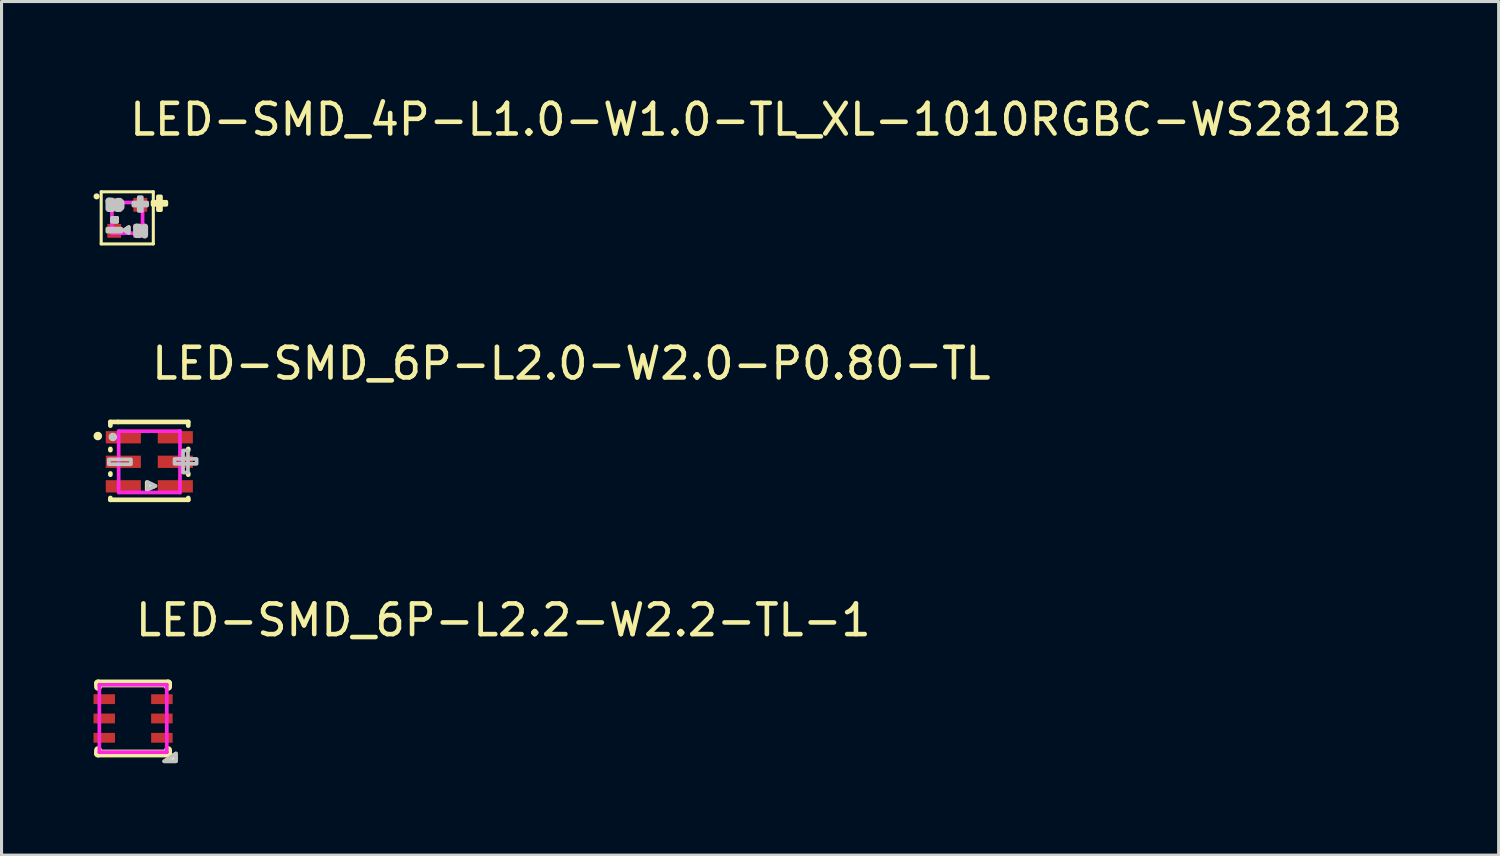
<source format=kicad_pcb>
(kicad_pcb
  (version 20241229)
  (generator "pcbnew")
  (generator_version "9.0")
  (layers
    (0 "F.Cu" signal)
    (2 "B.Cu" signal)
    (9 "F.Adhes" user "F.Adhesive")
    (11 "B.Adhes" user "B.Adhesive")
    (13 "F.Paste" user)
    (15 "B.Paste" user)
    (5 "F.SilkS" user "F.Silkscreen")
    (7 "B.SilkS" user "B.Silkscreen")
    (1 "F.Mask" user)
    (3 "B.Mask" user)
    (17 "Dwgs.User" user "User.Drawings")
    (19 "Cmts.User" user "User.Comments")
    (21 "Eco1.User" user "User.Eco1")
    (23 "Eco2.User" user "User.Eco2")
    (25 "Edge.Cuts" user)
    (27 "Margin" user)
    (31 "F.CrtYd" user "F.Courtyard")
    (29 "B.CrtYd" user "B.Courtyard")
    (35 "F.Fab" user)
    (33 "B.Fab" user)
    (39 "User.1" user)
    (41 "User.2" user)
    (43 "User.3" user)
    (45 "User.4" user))
  (footprint "LED-SMD_6P-L2.0-W2.0-P0.80-TL"
    (layer "F.Cu")
    (at 1.82 12.011)
    (property "Reference" "LED-SMD_6P-L2.0-W2.0-P0.80-TL" (at 0 -3.207 0) (layer "F.SilkS") (effects (font (size 1 1) (thickness 0.15)) (justify left)))
    (attr smd)
    (fp_line (start -1.27 -1.3) (end -1.016 -1.3) (stroke (width 0.152) (type solid)) (layer "F.SilkS"))
    (fp_line (start -1.27 -1.18) (end -1.27 -1.3) (stroke (width 0.152) (type solid)) (layer "F.SilkS"))
    (fp_line (start -1.27 -0.38) (end -1.27 -0.42) (stroke (width 0.152) (type solid)) (layer "F.SilkS"))
    (fp_line (start -1.27 0.42) (end -1.27 0.38) (stroke (width 0.152) (type solid)) (layer "F.SilkS"))
    (fp_line (start -1.27 1.24) (end -1.27 1.18) (stroke (width 0.152) (type solid)) (layer "F.SilkS"))
    (fp_line (start -1.016 -1.3) (end 1.27 -1.3) (stroke (width 0.152) (type solid)) (layer "F.SilkS"))
    (fp_line (start 1.27 -1.3) (end 1.27 -1.18) (stroke (width 0.152) (type solid)) (layer "F.SilkS"))
    (fp_line (start 1.27 -0.42) (end 1.27 -0.38) (stroke (width 0.152) (type solid)) (layer "F.SilkS"))
    (fp_line (start 1.27 0.38) (end 1.27 0.42) (stroke (width 0.152) (type solid)) (layer "F.SilkS"))
    (fp_line (start 1.27 1.18) (end 1.27 1.24) (stroke (width 0.152) (type solid)) (layer "F.SilkS"))
    (fp_line (start 1.27 1.24) (end -1.27 1.24) (stroke (width 0.152) (type solid)) (layer "F.SilkS"))
    (fp_circle (center -1.68 -0.84) (end -1.61 -0.84) (stroke (width 0.14) (type solid)) (fill no) (layer "F.SilkS"))
    (fp_poly (pts (xy -0.085 0.915) (xy -0.085 0.665) (xy 0.185 0.795)) (stroke (width 0.12) (type solid)) (fill yes) (layer "F.SilkS"))
    (fp_circle (center -1.19 -0.81) (end -1.12 -0.81) (stroke (width 0.14) (type solid)) (fill no) (layer "Dwgs.User"))
    (fp_poly (pts (xy -0.065 0.905) (xy -0.065 0.655) (xy 0.205 0.785)) (stroke (width 0.12) (type solid)) (fill no) (layer "Dwgs.User"))
    (fp_poly (pts (xy -1.32 -0.08) (xy -0.6 -0.08) (xy -0.6 0.08) (xy -1.32 0.08)) (stroke (width 0.12) (type solid)) (fill no) (layer "Dwgs.User"))
    (fp_poly (pts (xy 0.822 -0.094) (xy 1.542 -0.094) (xy 1.542 0.066) (xy 0.822 0.066)) (stroke (width 0.12) (type solid)) (fill no) (layer "Dwgs.User"))
    (fp_poly (pts (xy 1.1 0.35) (xy 1.1 -0.37) (xy 1.26 -0.37) (xy 1.26 0.35)) (stroke (width 0.12) (type solid)) (fill no) (layer "Dwgs.User"))
    (fp_circle (center -1 -1) (end -0.97 -1) (stroke (width 0.06) (type solid)) (fill no) (layer "Eco2.User"))
    (fp_poly (pts (xy -1 -0.6) (xy -0.3 -0.6) (xy -0.3 -1) (xy -1 -1)) (stroke (width 0.12) (type solid)) (fill no) (layer "Eco2.User"))
    (fp_poly (pts (xy -1 0.2) (xy -0.3 0.2) (xy -0.3 -0.2) (xy -1 -0.2)) (stroke (width 0.12) (type solid)) (fill no) (layer "Eco2.User"))
    (fp_poly (pts (xy -1 1) (xy -0.3 1) (xy -0.3 0.6) (xy -1 0.6)) (stroke (width 0.12) (type solid)) (fill no) (layer "Eco2.User"))
    (fp_poly (pts (xy 1 -0.6) (xy 0.3 -0.6) (xy 0.3 -1) (xy 1 -1)) (stroke (width 0.12) (type solid)) (fill no) (layer "Eco2.User"))
    (fp_poly (pts (xy 1 0.2) (xy 0.3 0.2) (xy 0.3 -0.2) (xy 1 -0.2)) (stroke (width 0.12) (type solid)) (fill no) (layer "Eco2.User"))
    (fp_poly (pts (xy 1 1) (xy 0.3 1) (xy 0.3 0.6) (xy 1 0.6)) (stroke (width 0.12) (type solid)) (fill no) (layer "Eco2.User"))
    (fp_line (start -1 -1) (end -1 1) (stroke (width 0.12) (type solid)) (layer "F.CrtYd"))
    (fp_line (start -1 1) (end 1 1) (stroke (width 0.12) (type solid)) (layer "F.CrtYd"))
    (fp_line (start 1 -1) (end -1 -1) (stroke (width 0.12) (type solid)) (layer "F.CrtYd"))
    (fp_line (start 1 -1) (end 1 -1) (stroke (width 0.12) (type solid)) (layer "F.CrtYd"))
    (fp_line (start 1 1) (end 1 -1) (stroke (width 0.12) (type solid)) (layer "F.CrtYd"))
    (fp_line (start 1 1) (end 1 1) (stroke (width 0.12) (type solid)) (layer "F.CrtYd"))
    (pad "1" smd rect (at -0.848 -0.8) (size 1.145 0.4) (layers "F.Cu" "F.Mask" "F.Paste"))
    (pad "2" smd rect (at -0.848 0) (size 1.145 0.4) (layers "F.Cu" "F.Mask" "F.Paste"))
    (pad "3" smd rect (at -0.848 0.8) (size 1.145 0.4) (layers "F.Cu" "F.Mask" "F.Paste"))
    (pad "4" smd rect (at 0.848 0.8) (size 1.145 0.4) (layers "F.Cu" "F.Mask" "F.Paste"))
    (pad "5" smd rect (at 0.848 0) (size 1.145 0.4) (layers "F.Cu" "F.Mask" "F.Paste"))
    (pad "6" smd rect (at 0.848 -0.8) (size 1.145 0.4) (layers "F.Cu" "F.Mask" "F.Paste")))
  (footprint "LED-SMD_4P-L1.0-W1.0-TL_XL-1010RGBC-WS2812B"
    (layer "F.Cu")
    (at 1.1 4.055)
    (property "Reference" "LED-SMD_4P-L1.0-W1.0-TL_XL-1010RGBC-WS2812B" (at 0 -3.207 0) (layer "F.SilkS") (effects (font (size 1 1) (thickness 0.15)) (justify left)))
    (attr smd)
    (fp_line (start -0.85 -0.85) (end -0.85 0.85) (stroke (width 0.1) (type solid)) (layer "F.SilkS"))
    (fp_line (start -0.85 0.85) (end 0.85 0.85) (stroke (width 0.1) (type solid)) (layer "F.SilkS"))
    (fp_line (start 0.85 -0.85) (end -0.85 -0.85) (stroke (width 0.1) (type solid)) (layer "F.SilkS"))
    (fp_line (start 0.85 0.85) (end 0.85 -0.85) (stroke (width 0.1) (type solid)) (layer "F.SilkS"))
    (fp_circle (center -1 -0.7) (end -0.95 -0.7) (stroke (width 0.1) (type solid)) (fill no) (layer "F.SilkS"))
    (fp_poly (pts (xy 0.05 0.5) (xy -0.1 0.4) (xy 0.05 0.3)) (stroke (width 0.12) (type solid)) (fill yes) (layer "F.SilkS"))
    (fp_poly (pts (xy 0.825 -0.525) (xy 0.825 -0.425) (xy 1.275 -0.425) (xy 1.275 -0.525)) (stroke (width 0.12) (type solid)) (fill yes) (layer "F.SilkS"))
    (fp_poly (pts (xy 1 -0.25) (xy 1.1 -0.25) (xy 1.1 -0.7) (xy 1 -0.7)) (stroke (width 0.12) (type solid)) (fill yes) (layer "F.SilkS"))
    (fp_poly (pts (xy -0.5 0) (xy -0.5 0.13) (xy -0.34 0.13) (xy -0.33 0.13) (xy -0.33 0)) (stroke (width 0.12) (type solid)) (fill yes) (layer "F.SilkS"))
    (fp_poly (pts (xy -0.649 0.35) (xy -0.649 0.45) (xy -0.199 0.45) (xy -0.199 0.35)) (stroke (width 0.12) (type solid)) (fill no) (layer "Dwgs.User"))
    (fp_poly (pts (xy -0.5 0) (xy -0.5 0.13) (xy -0.33 0.13) (xy -0.33 0)) (stroke (width 0.12) (type solid)) (fill no) (layer "Dwgs.User"))
    (fp_poly (pts (xy 0.05 0.5) (xy -0.1 0.4) (xy 0.05 0.3) (xy 0.05 0.5)) (stroke (width 0.12) (type solid)) (fill no) (layer "Dwgs.User"))
    (fp_poly (pts (xy 0.2 -0.5) (xy 0.2 -0.4) (xy 0.65 -0.4) (xy 0.65 -0.5)) (stroke (width 0.12) (type solid)) (fill no) (layer "Dwgs.User"))
    (fp_poly (pts (xy 0.375 -0.225) (xy 0.475 -0.225) (xy 0.475 -0.675) (xy 0.375 -0.675)) (stroke (width 0.12) (type solid)) (fill no) (layer "Dwgs.User"))
    (fp_poly (pts (xy 0.62 0.295) (xy 0.62 0.565) (xy 0.619 0.575) (xy 0.616 0.584) (xy 0.611 0.593) (xy 0.605 0.6) (xy 0.597 0.606) (xy 0.588 0.61) (xy 0.579 0.613) (xy 0.569 0.614) (xy 0.559 0.613) (xy 0.55 0.61) (xy 0.541 0.605) (xy 0.534 0.598) (xy 0.528 0.591) (xy 0.523 0.582) (xy 0.521 0.573) (xy 0.52 0.565) (xy 0.52 0.295) (xy 0.521 0.285) (xy 0.524 0.276) (xy 0.529 0.267) (xy 0.535 0.26) (xy 0.543 0.254) (xy 0.552 0.249) (xy 0.561 0.247) (xy 0.571 0.246) (xy 0.581 0.247) (xy 0.59 0.25) (xy 0.599 0.255) (xy 0.606 0.262) (xy 0.612 0.269) (xy 0.617 0.278) (xy 0.619 0.287) (xy 0.62 0.295)) (stroke (width 0.12) (type solid)) (fill no) (layer "Dwgs.User"))
    (fp_poly (pts (xy -0.32 -0.25) (xy -0.33 -0.251) (xy -0.339 -0.254) (xy -0.348 -0.258) (xy -0.355 -0.265) (xy -0.395 -0.305) (xy -0.402 -0.312) (xy -0.406 -0.321) (xy -0.409 -0.33) (xy -0.41 -0.34) (xy -0.41 -0.49) (xy -0.409 -0.5) (xy -0.406 -0.509) (xy -0.402 -0.518) (xy -0.395 -0.525) (xy -0.345 -0.575) (xy -0.338 -0.582) (xy -0.329 -0.586) (xy -0.32 -0.589) (xy -0.31 -0.59) (xy -0.28 -0.59) (xy -0.27 -0.589) (xy -0.261 -0.586) (xy -0.252 -0.582) (xy -0.245 -0.575) (xy -0.238 -0.568) (xy -0.234 -0.559) (xy -0.231 -0.55) (xy -0.23 -0.54) (xy -0.289 -0.49) (xy -0.31 -0.469) (xy -0.31 -0.361) (xy -0.299 -0.35) (xy -0.27 -0.35) (xy -0.26 -0.349) (xy -0.251 -0.346) (xy -0.242 -0.342) (xy -0.235 -0.335) (xy -0.228 -0.328) (xy -0.224 -0.319) (xy -0.221 -0.31) (xy -0.22 -0.3) (xy -0.32 -0.25)) (stroke (width 0.12) (type solid)) (fill no) (layer "Dwgs.User"))
    (fp_poly (pts (xy -0.6 -0.6) (xy -0.5 -0.6) (xy -0.49 -0.599) (xy -0.481 -0.596) (xy -0.472 -0.592) (xy -0.465 -0.585) (xy -0.415 -0.535) (xy -0.408 -0.528) (xy -0.404 -0.519) (xy -0.401 -0.51) (xy -0.4 -0.5) (xy -0.4 -0.4) (xy -0.401 -0.39) (xy -0.404 -0.381) (xy -0.409 -0.372) (xy -0.415 -0.365) (xy -0.423 -0.359) (xy -0.432 -0.354) (xy -0.441 -0.352) (xy -0.451 -0.351) (xy -0.461 -0.352) (xy -0.47 -0.355) (xy -0.478 -0.36) (xy -0.486 -0.366) (xy -0.492 -0.374) (xy -0.496 -0.382) (xy -0.499 -0.392) (xy -0.5 -0.4) (xy -0.5 -0.479) (xy -0.521 -0.5) (xy -0.6 -0.5) (xy -0.61 -0.501) (xy -0.619 -0.504) (xy -0.628 -0.509) (xy -0.635 -0.515) (xy -0.641 -0.523) (xy -0.646 -0.532) (xy -0.648 -0.541) (xy -0.649 -0.551) (xy -0.648 -0.561) (xy -0.645 -0.57) (xy -0.64 -0.578) (xy -0.634 -0.586) (xy -0.626 -0.592) (xy -0.618 -0.597) (xy -0.608 -0.599) (xy -0.6 -0.6)) (stroke (width 0.12) (type solid)) (fill no) (layer "Dwgs.User"))
    (fp_poly (pts (xy 0.302 0.249) (xy 0.402 0.249) (xy 0.412 0.25) (xy 0.421 0.253) (xy 0.43 0.257) (xy 0.437 0.263) (xy 0.487 0.313) (xy 0.494 0.321) (xy 0.498 0.33) (xy 0.501 0.339) (xy 0.502 0.349) (xy 0.502 0.449) (xy 0.501 0.459) (xy 0.498 0.468) (xy 0.493 0.476) (xy 0.487 0.484) (xy 0.479 0.49) (xy 0.47 0.494) (xy 0.461 0.497) (xy 0.451 0.498) (xy 0.441 0.497) (xy 0.432 0.493) (xy 0.423 0.489) (xy 0.416 0.482) (xy 0.41 0.475) (xy 0.405 0.466) (xy 0.403 0.456) (xy 0.402 0.449) (xy 0.402 0.37) (xy 0.381 0.349) (xy 0.302 0.349) (xy 0.292 0.348) (xy 0.283 0.345) (xy 0.274 0.34) (xy 0.267 0.333) (xy 0.261 0.326) (xy 0.257 0.317) (xy 0.254 0.307) (xy 0.253 0.298) (xy 0.254 0.288) (xy 0.257 0.279) (xy 0.262 0.27) (xy 0.269 0.263) (xy 0.276 0.257) (xy 0.285 0.252) (xy 0.295 0.25) (xy 0.302 0.249)) (stroke (width 0.12) (type solid)) (fill no) (layer "Dwgs.User"))
    (fp_poly (pts (xy -0.55 -0.55) (xy -0.55 -0.35) (xy -0.521 -0.35) (xy -0.5 -0.371) (xy -0.5 -0.4) (xy -0.499 -0.41) (xy -0.496 -0.419) (xy -0.491 -0.428) (xy -0.485 -0.435) (xy -0.477 -0.441) (xy -0.468 -0.446) (xy -0.459 -0.448) (xy -0.449 -0.449) (xy -0.439 -0.448) (xy -0.43 -0.445) (xy -0.422 -0.44) (xy -0.414 -0.434) (xy -0.408 -0.426) (xy -0.403 -0.418) (xy -0.401 -0.408) (xy -0.4 -0.4) (xy -0.4 -0.35) (xy -0.401 -0.34) (xy -0.404 -0.331) (xy -0.408 -0.322) (xy -0.415 -0.315) (xy -0.465 -0.265) (xy -0.472 -0.258) (xy -0.481 -0.254) (xy -0.49 -0.251) (xy -0.5 -0.25) (xy -0.6 -0.25) (xy -0.61 -0.251) (xy -0.619 -0.254) (xy -0.628 -0.258) (xy -0.635 -0.265) (xy -0.642 -0.272) (xy -0.646 -0.281) (xy -0.649 -0.29) (xy -0.65 -0.3) (xy -0.65 -0.55) (xy -0.649 -0.56) (xy -0.646 -0.569) (xy -0.641 -0.578) (xy -0.635 -0.585) (xy -0.627 -0.591) (xy -0.618 -0.596) (xy -0.609 -0.598) (xy -0.599 -0.599) (xy -0.589 -0.598) (xy -0.58 -0.595) (xy -0.572 -0.59) (xy -0.564 -0.584) (xy -0.558 -0.576) (xy -0.553 -0.568) (xy -0.551 -0.558) (xy -0.55 -0.55)) (stroke (width 0.12) (type solid)) (fill no) (layer "Dwgs.User"))
    (fp_poly (pts (xy 0.352 0.299) (xy 0.352 0.499) (xy 0.381 0.499) (xy 0.402 0.478) (xy 0.402 0.449) (xy 0.403 0.439) (xy 0.406 0.43) (xy 0.411 0.421) (xy 0.417 0.414) (xy 0.425 0.408) (xy 0.434 0.403) (xy 0.443 0.401) (xy 0.453 0.4) (xy 0.463 0.401) (xy 0.472 0.404) (xy 0.481 0.409) (xy 0.488 0.415) (xy 0.494 0.423) (xy 0.499 0.432) (xy 0.501 0.441) (xy 0.502 0.449) (xy 0.502 0.499) (xy 0.501 0.509) (xy 0.498 0.518) (xy 0.494 0.527) (xy 0.487 0.534) (xy 0.437 0.584) (xy 0.43 0.59) (xy 0.421 0.595) (xy 0.412 0.598) (xy 0.402 0.599) (xy 0.302 0.599) (xy 0.292 0.598) (xy 0.283 0.595) (xy 0.274 0.59) (xy 0.267 0.584) (xy 0.26 0.577) (xy 0.256 0.568) (xy 0.253 0.559) (xy 0.252 0.549) (xy 0.252 0.299) (xy 0.253 0.289) (xy 0.256 0.28) (xy 0.261 0.271) (xy 0.267 0.264) (xy 0.275 0.258) (xy 0.284 0.253) (xy 0.293 0.251) (xy 0.303 0.25) (xy 0.313 0.251) (xy 0.322 0.254) (xy 0.331 0.259) (xy 0.338 0.265) (xy 0.344 0.273) (xy 0.349 0.282) (xy 0.351 0.291) (xy 0.352 0.299)) (stroke (width 0.12) (type solid)) (fill no) (layer "Dwgs.User"))
    (fp_poly (pts (xy -0.24 -0.59) (xy -0.23 -0.589) (xy -0.221 -0.586) (xy -0.212 -0.581) (xy -0.204 -0.575) (xy -0.164 -0.535) (xy -0.158 -0.528) (xy -0.153 -0.519) (xy -0.151 -0.51) (xy -0.15 -0.5) (xy -0.15 -0.35) (xy -0.151 -0.34) (xy -0.153 -0.331) (xy -0.158 -0.322) (xy -0.164 -0.315) (xy -0.214 -0.265) (xy -0.222 -0.258) (xy -0.231 -0.254) (xy -0.24 -0.251) (xy -0.25 -0.25) (xy -0.28 -0.25) (xy -0.289 -0.251) (xy -0.299 -0.254) (xy -0.307 -0.258) (xy -0.315 -0.265) (xy -0.321 -0.272) (xy -0.326 -0.281) (xy -0.329 -0.29) (xy -0.33 -0.3) (xy -0.329 -0.31) (xy -0.326 -0.319) (xy -0.321 -0.328) (xy -0.315 -0.335) (xy -0.307 -0.341) (xy -0.299 -0.346) (xy -0.289 -0.349) (xy -0.28 -0.35) (xy -0.27 -0.35) (xy -0.25 -0.371) (xy -0.25 -0.479) (xy -0.26 -0.49) (xy -0.29 -0.49) (xy -0.299 -0.491) (xy -0.309 -0.494) (xy -0.317 -0.498) (xy -0.325 -0.505) (xy -0.331 -0.512) (xy -0.336 -0.521) (xy -0.339 -0.53) (xy -0.34 -0.54) (xy -0.339 -0.55) (xy -0.336 -0.559) (xy -0.331 -0.568) (xy -0.325 -0.575) (xy -0.317 -0.581) (xy -0.309 -0.586) (xy -0.299 -0.589) (xy -0.29 -0.59) (xy -0.24 -0.59)) (stroke (width 0.12) (type solid)) (fill no) (layer "Dwgs.User"))
    (fp_circle (center -0.5 -0.5) (end -0.47 -0.5) (stroke (width 0.06) (type solid)) (fill no) (layer "Eco2.User"))
    (fp_poly (pts (xy -0.45 -0.2) (xy -0.45 -0.45) (xy -0.2 -0.45) (xy -0.2 -0.2)) (stroke (width 0.12) (type solid)) (fill no) (layer "Eco2.User"))
    (fp_poly (pts (xy -0.2 0.45) (xy -0.45 0.45) (xy -0.45 0.2) (xy -0.2 0.2)) (stroke (width 0.12) (type solid)) (fill no) (layer "Eco2.User"))
    (fp_poly (pts (xy 0.2 -0.45) (xy 0.45 -0.45) (xy 0.45 -0.2) (xy 0.2 -0.2)) (stroke (width 0.12) (type solid)) (fill no) (layer "Eco2.User"))
    (fp_poly (pts (xy 0.45 0.2) (xy 0.45 0.45) (xy 0.2 0.45) (xy 0.2 0.2)) (stroke (width 0.12) (type solid)) (fill no) (layer "Eco2.User"))
    (fp_line (start -0.5 -0.5) (end 0.5 -0.5) (stroke (width 0.12) (type solid)) (layer "F.CrtYd"))
    (fp_line (start -0.5 0.5) (end -0.5 -0.5) (stroke (width 0.12) (type solid)) (layer "F.CrtYd"))
    (fp_line (start 0.5 -0.5) (end 0.5 0.5) (stroke (width 0.12) (type solid)) (layer "F.CrtYd"))
    (fp_line (start 0.5 0.5) (end -0.5 0.5) (stroke (width 0.12) (type solid)) (layer "F.CrtYd"))
    (pad "1" smd rect (at -0.425 -0.425) (size 0.45 0.45) (layers "F.Cu" "F.Mask" "F.Paste"))
    (pad "2" smd rect (at 0.425 -0.425) (size 0.45 0.45) (layers "F.Cu" "F.Mask" "F.Paste"))
    (pad "3" smd rect (at -0.425 0.425) (size 0.45 0.45) (layers "F.Cu" "F.Mask" "F.Paste"))
    (pad "4" smd rect (at 0.425 0.425) (size 0.45 0.45) (layers "F.Cu" "F.Mask" "F.Paste")))
  (footprint "LED-SMD_6P-L2.2-W2.2-TL-1"
    (layer "F.Cu")
    (at 1.29 20.382)
    (property "Reference" "LED-SMD_6P-L2.2-W2.2-TL-1" (at 0 -3.207 0) (layer "F.SilkS") (effects (font (size 1 1) (thickness 0.15)) (justify left)))
    (attr through_hole)
    (fp_line (start -1.143 -1.143) (end 1.143 -1.143) (stroke (width 0.254) (type solid)) (layer "F.SilkS"))
    (fp_line (start -1.143 -1.031) (end -1.143 -1.143) (stroke (width 0.254) (type solid)) (layer "F.SilkS"))
    (fp_line (start -1.143 1.143) (end -1.143 1.031) (stroke (width 0.254) (type solid)) (layer "F.SilkS"))
    (fp_line (start 1.143 -1.143) (end 1.143 -1.031) (stroke (width 0.254) (type solid)) (layer "F.SilkS"))
    (fp_line (start 1.143 1.031) (end 1.143 1.143) (stroke (width 0.254) (type solid)) (layer "F.SilkS"))
    (fp_line (start 1.143 1.143) (end -1.143 1.143) (stroke (width 0.254) (type solid)) (layer "F.SilkS"))
    (fp_poly (pts (xy 1.397 1.142) (xy 1.397 1.396) (xy 1.016 1.396)) (stroke (width 0.12) (type solid)) (fill yes) (layer "F.SilkS"))
    (fp_poly (pts (xy 1.397 1.143) (xy 1.397 1.397) (xy 1.016 1.397)) (stroke (width 0.12) (type solid)) (fill no) (layer "Dwgs.User"))
    (fp_circle (center -1.1 -1.1) (end -1.07 -1.1) (stroke (width 0.06) (type solid)) (fill no) (layer "Eco2.User"))
    (fp_poly (pts (xy -0.7 -0.47) (xy -1.1 -0.47) (xy -1.1 -0.79) (xy -0.7 -0.79)) (stroke (width 0.12) (type solid)) (fill no) (layer "Eco2.User"))
    (fp_poly (pts (xy -0.7 0.16) (xy -1.1 0.16) (xy -1.1 -0.16) (xy -0.7 -0.16)) (stroke (width 0.12) (type solid)) (fill no) (layer "Eco2.User"))
    (fp_poly (pts (xy -0.7 0.79) (xy -1.1 0.79) (xy -1.1 0.47) (xy -0.7 0.47)) (stroke (width 0.12) (type solid)) (fill no) (layer "Eco2.User"))
    (fp_poly (pts (xy 1.1 -0.47) (xy 0.7 -0.47) (xy 0.7 -0.79) (xy 1.1 -0.79)) (stroke (width 0.12) (type solid)) (fill no) (layer "Eco2.User"))
    (fp_poly (pts (xy 1.1 0.16) (xy 0.7 0.16) (xy 0.7 -0.16) (xy 1.1 -0.16)) (stroke (width 0.12) (type solid)) (fill no) (layer "Eco2.User"))
    (fp_poly (pts (xy 1.1 0.79) (xy 0.7 0.79) (xy 0.7 0.47) (xy 1.1 0.47)) (stroke (width 0.12) (type solid)) (fill no) (layer "Eco2.User"))
    (fp_line (start -1.1 -1.1) (end 1.1 -1.1) (stroke (width 0.12) (type solid)) (layer "F.CrtYd"))
    (fp_line (start -1.1 1.1) (end -1.1 -1.1) (stroke (width 0.12) (type solid)) (layer "F.CrtYd"))
    (fp_line (start 1.1 -1.1) (end 1.1 1.1) (stroke (width 0.12) (type solid)) (layer "F.CrtYd"))
    (fp_line (start 1.1 1.1) (end -1.1 1.1) (stroke (width 0.12) (type solid)) (layer "F.CrtYd"))
    (pad "1" smd rect (at -0.94 -0.63 180) (size 0.7 0.32) (layers "F.Cu" "F.Mask" "F.Paste"))
    (pad "2" smd rect (at -0.94 0 180) (size 0.7 0.32) (layers "F.Cu" "F.Mask" "F.Paste"))
    (pad "3" smd rect (at -0.94 0.63 180) (size 0.7 0.32) (layers "F.Cu" "F.Mask" "F.Paste"))
    (pad "4" smd rect (at 0.94 0.63 180) (size 0.7 0.32) (layers "F.Cu" "F.Mask" "F.Paste"))
    (pad "5" smd rect (at 0.94 0 180) (size 0.7 0.32) (layers "F.Cu" "F.Mask" "F.Paste"))
    (pad "6" smd rect (at 0.94 -0.63 180) (size 0.7 0.32) (layers "F.Cu" "F.Mask" "F.Paste")))
  (gr_rect
    (start -3 -3)
    (end 45.826 24.839)
    (stroke (width 0.1) (type default))
    (fill no)
    (layer "Edge.Cuts")))
</source>
